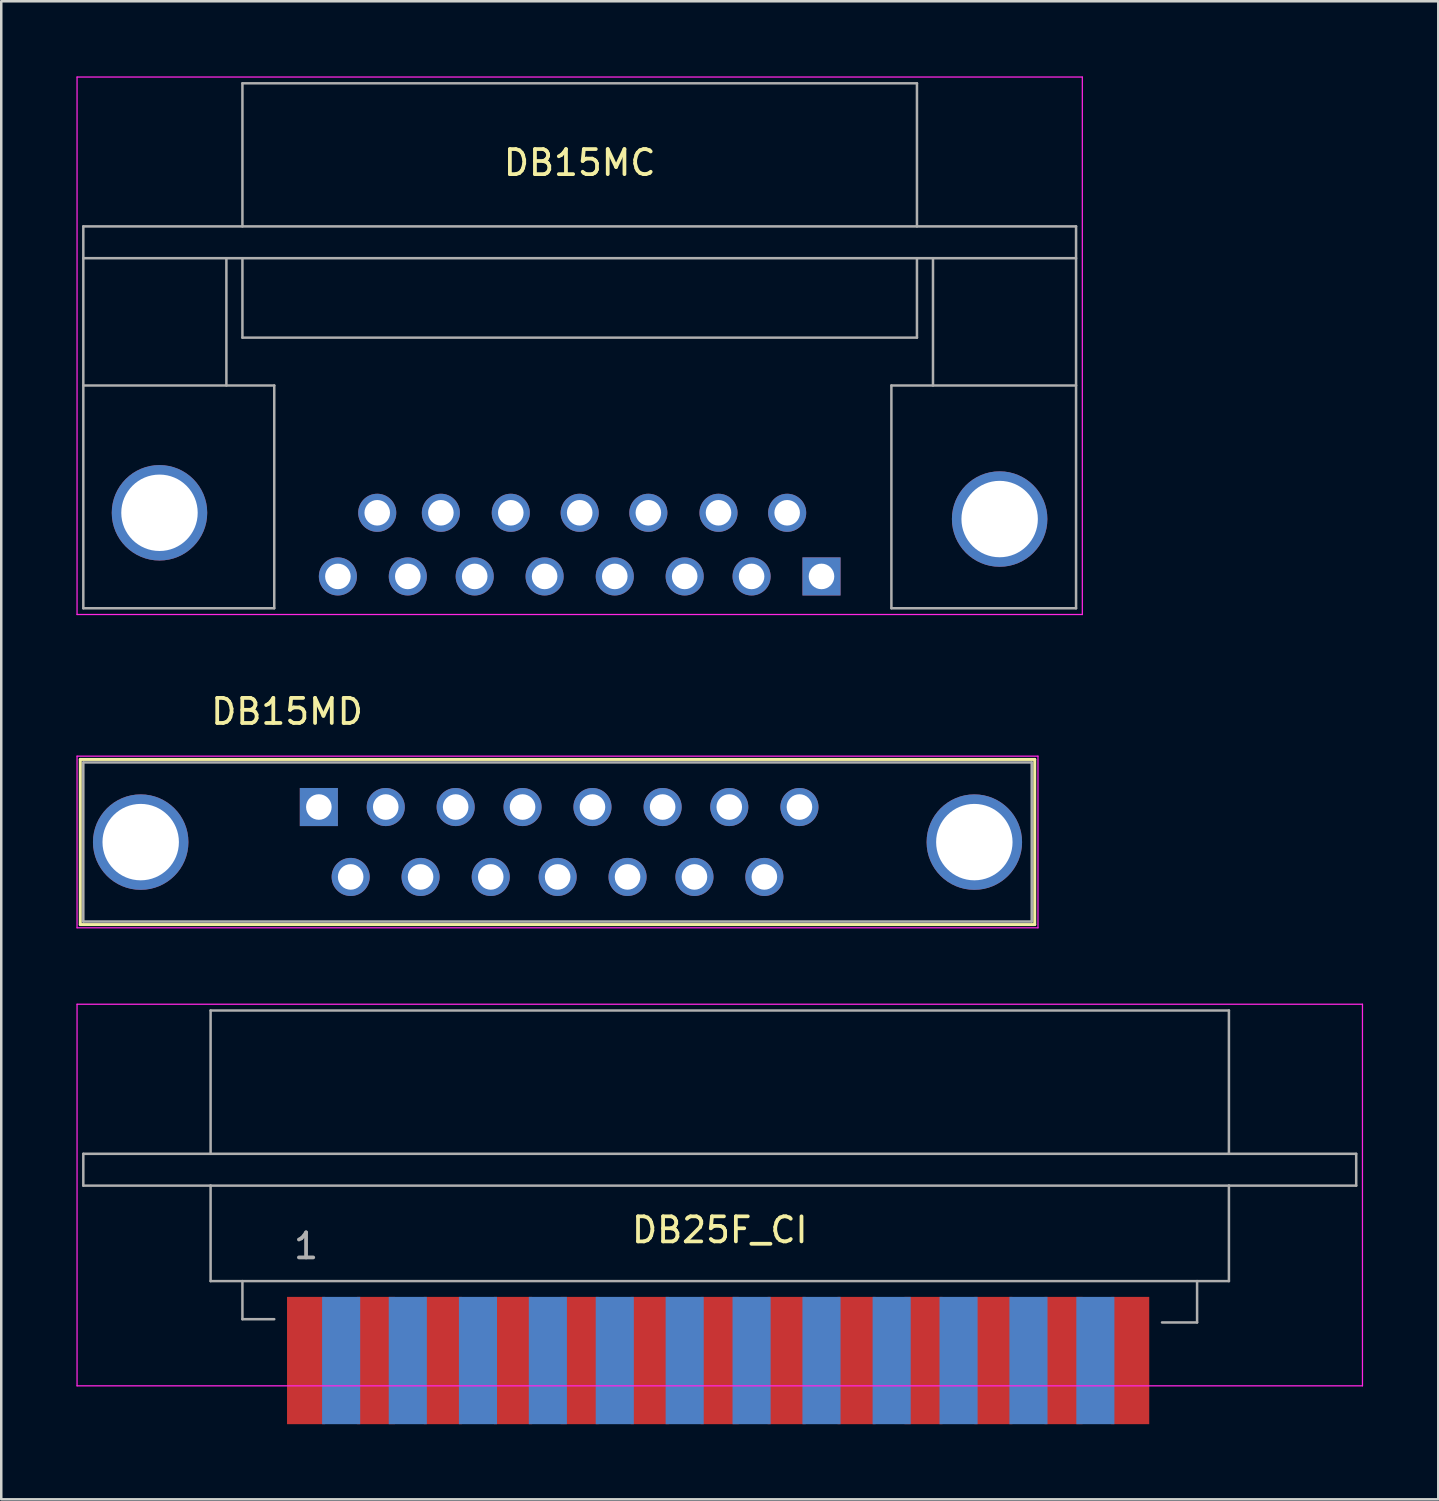
<source format=kicad_pcb>
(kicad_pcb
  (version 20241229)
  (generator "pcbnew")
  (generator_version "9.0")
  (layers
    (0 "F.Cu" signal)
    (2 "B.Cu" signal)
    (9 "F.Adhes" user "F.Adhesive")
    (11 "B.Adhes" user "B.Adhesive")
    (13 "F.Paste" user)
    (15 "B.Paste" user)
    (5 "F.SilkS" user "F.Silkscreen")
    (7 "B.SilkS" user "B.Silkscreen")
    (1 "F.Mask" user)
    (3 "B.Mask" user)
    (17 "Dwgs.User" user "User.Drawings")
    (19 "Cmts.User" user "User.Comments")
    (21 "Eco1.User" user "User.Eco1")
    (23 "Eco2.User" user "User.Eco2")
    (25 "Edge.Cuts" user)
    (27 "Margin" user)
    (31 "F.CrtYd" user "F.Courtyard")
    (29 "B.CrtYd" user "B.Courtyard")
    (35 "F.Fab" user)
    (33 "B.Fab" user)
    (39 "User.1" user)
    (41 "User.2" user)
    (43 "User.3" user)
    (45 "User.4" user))
  (footprint "DB15MC"
    (layer "F.Cu")
    (at 29.735 19.955)
    (property "Reference" "DB15MC" (at -9.65 -16.51 0) (layer "F.SilkS") (effects (font (size 1 1) (thickness 0.15))))
    (attr through_hole)
    (fp_line (start -29.71 -19.93) (end -29.71 1.52) (stroke (width 0.05) (type solid)) (layer "F.CrtYd"))
    (fp_line (start -29.71 -19.93) (end 10.41 -19.93) (stroke (width 0.05) (type solid)) (layer "F.CrtYd"))
    (fp_line (start 10.41 1.52) (end -29.71 1.52) (stroke (width 0.05) (type solid)) (layer "F.CrtYd"))
    (fp_line (start 10.41 1.52) (end 10.41 -19.93) (stroke (width 0.05) (type solid)) (layer "F.CrtYd"))
    (fp_line (start -29.46 -13.97) (end -29.46 -12.7) (stroke (width 0.1) (type solid)) (layer "F.Fab"))
    (fp_line (start -29.46 -7.62) (end -21.84 -7.62) (stroke (width 0.1) (type solid)) (layer "F.Fab"))
    (fp_line (start -29.46 1.27) (end -29.46 -12.7) (stroke (width 0.1) (type solid)) (layer "F.Fab"))
    (fp_line (start -29.46 1.27) (end -21.84 1.27) (stroke (width 0.1) (type solid)) (layer "F.Fab"))
    (fp_line (start -23.75 -12.7) (end -23.75 -7.62) (stroke (width 0.1) (type solid)) (layer "F.Fab"))
    (fp_line (start -23.11 -19.68) (end -23.11 -13.97) (stroke (width 0.1) (type solid)) (layer "F.Fab"))
    (fp_line (start -23.11 -19.68) (end 3.81 -19.68) (stroke (width 0.1) (type solid)) (layer "F.Fab"))
    (fp_line (start -23.11 -9.53) (end -23.11 -12.7) (stroke (width 0.1) (type solid)) (layer "F.Fab"))
    (fp_line (start -21.84 -7.62) (end -21.84 1.27) (stroke (width 0.1) (type solid)) (layer "F.Fab"))
    (fp_line (start 2.79 -7.62) (end 10.16 -7.62) (stroke (width 0.1) (type solid)) (layer "F.Fab"))
    (fp_line (start 2.79 1.27) (end 2.79 -7.62) (stroke (width 0.1) (type solid)) (layer "F.Fab"))
    (fp_line (start 3.81 -13.97) (end 3.81 -19.68) (stroke (width 0.1) (type solid)) (layer "F.Fab"))
    (fp_line (start 3.81 -9.53) (end -23.11 -9.53) (stroke (width 0.1) (type solid)) (layer "F.Fab"))
    (fp_line (start 3.81 -9.53) (end 3.81 -12.7) (stroke (width 0.1) (type solid)) (layer "F.Fab"))
    (fp_line (start 4.45 -7.62) (end 4.45 -12.7) (stroke (width 0.1) (type solid)) (layer "F.Fab"))
    (fp_line (start 10.16 -13.97) (end -29.46 -13.97) (stroke (width 0.1) (type solid)) (layer "F.Fab"))
    (fp_line (start 10.16 -12.7) (end -29.46 -12.7) (stroke (width 0.1) (type solid)) (layer "F.Fab"))
    (fp_line (start 10.16 1.27) (end 2.79 1.27) (stroke (width 0.1) (type solid)) (layer "F.Fab"))
    (fp_line (start 10.16 1.27) (end 10.16 -13.97) (stroke (width 0.1) (type solid)) (layer "F.Fab"))
    (pad "" thru_hole circle (at -26.42 -2.54) (size 3.81 3.81) (drill 3.05) (layers "*.Cu" "*.Mask"))
    (pad "" thru_hole circle (at 7.11 -2.29) (size 3.81 3.81) (drill 3.05) (layers "*.Cu" "*.Mask"))
    (pad "1" thru_hole rect (at 0 0) (size 1.52 1.52) (drill 1.02) (layers "*.Cu" "*.Mask"))
    (pad "2" thru_hole circle (at -2.79 0) (size 1.52 1.52) (drill 1.02) (layers "*.Cu" "*.Mask"))
    (pad "3" thru_hole circle (at -5.46 0) (size 1.52 1.52) (drill 1.02) (layers "*.Cu" "*.Mask"))
    (pad "4" thru_hole circle (at -8.25 0) (size 1.52 1.52) (drill 1.02) (layers "*.Cu" "*.Mask"))
    (pad "5" thru_hole circle (at -11.05 0) (size 1.52 1.52) (drill 1.02) (layers "*.Cu" "*.Mask"))
    (pad "6" thru_hole circle (at -13.84 0) (size 1.52 1.52) (drill 1.02) (layers "*.Cu" "*.Mask"))
    (pad "7" thru_hole circle (at -16.51 0) (size 1.52 1.52) (drill 1.02) (layers "*.Cu" "*.Mask"))
    (pad "8" thru_hole circle (at -19.3 0) (size 1.52 1.52) (drill 1.02) (layers "*.Cu" "*.Mask"))
    (pad "9" thru_hole circle (at -1.37 -2.54) (size 1.52 1.52) (drill 1.02) (layers "*.Cu" "*.Mask"))
    (pad "10" thru_hole circle (at -4.11 -2.54) (size 1.52 1.52) (drill 1.02) (layers "*.Cu" "*.Mask"))
    (pad "11" thru_hole circle (at -6.91 -2.54) (size 1.52 1.52) (drill 1.02) (layers "*.Cu" "*.Mask"))
    (pad "12" thru_hole circle (at -9.65 -2.54) (size 1.52 1.52) (drill 1.02) (layers "*.Cu" "*.Mask"))
    (pad "13" thru_hole circle (at -12.4 -2.54) (size 1.52 1.52) (drill 1.02) (layers "*.Cu" "*.Mask"))
    (pad "14" thru_hole circle (at -15.19 -2.54) (size 1.52 1.52) (drill 1.02) (layers "*.Cu" "*.Mask"))
    (pad "15" thru_hole circle (at -17.73 -2.54) (size 1.52 1.52) (drill 1.02) (layers "*.Cu" "*.Mask")))
  (footprint "DB25F_CI"
    (layer "F.Cu")
    (at 9.165 51.248)
    (property "Reference" "DB25F_CI" (at 16.51 -5.21 180) (layer "F.SilkS") (effects (font (size 1 1) (thickness 0.15))))
    (attr through_hole)
    (fp_line (start -9.14 -14.22) (end -9.14 1.01) (stroke (width 0.05) (type solid)) (layer "F.CrtYd"))
    (fp_line (start -9.14 -14.22) (end 42.16 -14.22) (stroke (width 0.05) (type solid)) (layer "F.CrtYd"))
    (fp_line (start 42.16 1.01) (end -9.14 1.01) (stroke (width 0.05) (type solid)) (layer "F.CrtYd"))
    (fp_line (start 42.16 1.01) (end 42.16 -14.22) (stroke (width 0.05) (type solid)) (layer "F.CrtYd"))
    (fp_line (start -8.89 -8.25) (end 41.91 -8.25) (stroke (width 0.1) (type solid)) (layer "F.Fab"))
    (fp_line (start -8.89 -6.98) (end -8.89 -8.25) (stroke (width 0.1) (type solid)) (layer "F.Fab"))
    (fp_line (start -3.81 -13.97) (end 36.83 -13.97) (stroke (width 0.1) (type solid)) (layer "F.Fab"))
    (fp_line (start -3.81 -8.25) (end -3.81 -13.97) (stroke (width 0.1) (type solid)) (layer "F.Fab"))
    (fp_line (start -3.81 -6.98) (end -8.89 -6.98) (stroke (width 0.1) (type solid)) (layer "F.Fab"))
    (fp_line (start -3.81 -6.98) (end 36.83 -6.98) (stroke (width 0.1) (type solid)) (layer "F.Fab"))
    (fp_line (start -3.81 -3.17) (end -3.81 -6.98) (stroke (width 0.1) (type solid)) (layer "F.Fab"))
    (fp_line (start -2.54 -3.17) (end -2.54 -1.65) (stroke (width 0.1) (type solid)) (layer "F.Fab"))
    (fp_line (start -2.54 -1.65) (end -1.27 -1.65) (stroke (width 0.1) (type solid)) (layer "F.Fab"))
    (fp_line (start 35.56 -3.17) (end 35.56 -1.52) (stroke (width 0.1) (type solid)) (layer "F.Fab"))
    (fp_line (start 35.56 -1.52) (end 34.16 -1.52) (stroke (width 0.1) (type solid)) (layer "F.Fab"))
    (fp_line (start 36.83 -13.97) (end 36.83 -8.25) (stroke (width 0.1) (type solid)) (layer "F.Fab"))
    (fp_line (start 36.83 -6.98) (end 36.83 -3.17) (stroke (width 0.1) (type solid)) (layer "F.Fab"))
    (fp_line (start 36.83 -3.17) (end -3.81 -3.17) (stroke (width 0.1) (type solid)) (layer "F.Fab"))
    (fp_line (start 41.91 -8.25) (end 41.91 -6.98) (stroke (width 0.1) (type solid)) (layer "F.Fab"))
    (fp_line (start 41.91 -6.98) (end 36.83 -6.98) (stroke (width 0.1) (type solid)) (layer "F.Fab"))
    (fp_text user "1" (at 0 -4.57 180) (layer "F.Fab") (effects (font (size 1 1) (thickness 0.15))))
    (pad "1" connect rect (at 0 0 90) (size 5.08 1.52) (layers "F.Cu" "F.Mask"))
    (pad "2" connect rect (at 2.79 0 90) (size 5.08 1.52) (layers "F.Cu" "F.Mask"))
    (pad "3" connect rect (at 5.46 0 90) (size 5.08 1.52) (layers "F.Cu" "F.Mask"))
    (pad "4" connect rect (at 8.26 0 90) (size 5.08 1.52) (layers "F.Cu" "F.Mask"))
    (pad "5" connect rect (at 10.92 0 90) (size 5.08 1.52) (layers "F.Cu" "F.Mask"))
    (pad "6" connect rect (at 13.72 0 90) (size 5.08 1.52) (layers "F.Cu" "F.Mask"))
    (pad "7" connect rect (at 16.51 0 90) (size 5.08 1.52) (layers "F.Cu" "F.Mask"))
    (pad "8" connect rect (at 19.18 0 90) (size 5.08 1.52) (layers "F.Cu" "F.Mask"))
    (pad "9" connect rect (at 21.97 0 90) (size 5.08 1.52) (layers "F.Cu" "F.Mask"))
    (pad "10" connect rect (at 24.64 0 90) (size 5.08 1.52) (layers "F.Cu" "F.Mask"))
    (pad "11" connect rect (at 27.43 0 90) (size 5.08 1.52) (layers "F.Cu" "F.Mask"))
    (pad "12" connect rect (at 30.23 0 90) (size 5.08 1.52) (layers "F.Cu" "F.Mask"))
    (pad "13" connect rect (at 32.89 0 90) (size 5.08 1.52) (layers "F.Cu" "F.Mask"))
    (pad "14" connect rect (at 1.4 0 90) (size 5.08 1.52) (layers "B.Cu" "B.Mask"))
    (pad "15" connect rect (at 4.06 0 90) (size 5.08 1.52) (layers "B.Cu" "B.Mask"))
    (pad "16" connect rect (at 6.86 0 90) (size 5.08 1.52) (layers "B.Cu" "B.Mask"))
    (pad "17" connect rect (at 9.65 0 90) (size 5.08 1.52) (layers "B.Cu" "B.Mask"))
    (pad "18" connect rect (at 12.32 0 90) (size 5.08 1.52) (layers "B.Cu" "B.Mask"))
    (pad "19" connect rect (at 15.11 0 90) (size 5.08 1.52) (layers "B.Cu" "B.Mask"))
    (pad "20" connect rect (at 17.78 0 90) (size 5.08 1.52) (layers "B.Cu" "B.Mask"))
    (pad "21" connect rect (at 20.57 0 90) (size 5.08 1.52) (layers "B.Cu" "B.Mask"))
    (pad "22" connect rect (at 23.37 0 90) (size 5.08 1.52) (layers "B.Cu" "B.Mask"))
    (pad "23" connect rect (at 26.04 0 90) (size 5.08 1.52) (layers "B.Cu" "B.Mask"))
    (pad "24" connect rect (at 28.83 0 90) (size 5.08 1.52) (layers "B.Cu" "B.Mask"))
    (pad "25" connect rect (at 31.5 0 90) (size 5.08 1.52) (layers "B.Cu" "B.Mask")))
  (footprint "DB15MD"
    (layer "F.Cu")
    (at 9.675 29.158)
    (property "Reference" "DB15MD" (at -1.27 -3.81 180) (layer "F.SilkS") (effects (font (size 1 1) (thickness 0.15))))
    (attr through_hole)
    (fp_line (start -9.52 -1.9) (end -9.52 4.69) (stroke (width 0.12) (type solid)) (layer "F.SilkS"))
    (fp_line (start -9.52 -1.9) (end 28.57 -1.9) (stroke (width 0.12) (type solid)) (layer "F.SilkS"))
    (fp_line (start 28.57 4.69) (end -9.52 4.69) (stroke (width 0.12) (type solid)) (layer "F.SilkS"))
    (fp_line (start 28.57 4.69) (end 28.57 -1.9) (stroke (width 0.12) (type solid)) (layer "F.SilkS"))
    (fp_line (start -9.65 -2.03) (end -9.65 4.82) (stroke (width 0.05) (type solid)) (layer "F.CrtYd"))
    (fp_line (start -9.65 -2.03) (end 28.7 -2.03) (stroke (width 0.05) (type solid)) (layer "F.CrtYd"))
    (fp_line (start 28.7 4.82) (end -9.65 4.82) (stroke (width 0.05) (type solid)) (layer "F.CrtYd"))
    (fp_line (start 28.7 4.82) (end 28.7 -2.03) (stroke (width 0.05) (type solid)) (layer "F.CrtYd"))
    (fp_line (start -9.4 -1.78) (end -9.4 4.57) (stroke (width 0.1) (type solid)) (layer "F.Fab"))
    (fp_line (start -9.4 4.57) (end 28.45 4.57) (stroke (width 0.1) (type solid)) (layer "F.Fab"))
    (fp_line (start 28.45 -1.78) (end -9.4 -1.78) (stroke (width 0.1) (type solid)) (layer "F.Fab"))
    (fp_line (start 28.45 4.57) (end 28.45 -1.78) (stroke (width 0.1) (type solid)) (layer "F.Fab"))
    (pad "0" thru_hole circle (at -7.11 1.4) (size 3.81 3.81) (drill 3.05) (layers "*.Cu" "*.Mask"))
    (pad "0" thru_hole circle (at 26.16 1.4) (size 3.81 3.81) (drill 3.05) (layers "*.Cu" "*.Mask"))
    (pad "1" thru_hole rect (at 0 0) (size 1.52 1.52) (drill 1.02) (layers "*.Cu" "*.Mask"))
    (pad "2" thru_hole circle (at 2.67 0) (size 1.52 1.52) (drill 1.02) (layers "*.Cu" "*.Mask"))
    (pad "3" thru_hole circle (at 5.46 0) (size 1.52 1.52) (drill 1.02) (layers "*.Cu" "*.Mask"))
    (pad "4" thru_hole circle (at 8.13 0) (size 1.52 1.52) (drill 1.02) (layers "*.Cu" "*.Mask"))
    (pad "5" thru_hole circle (at 10.92 0) (size 1.52 1.52) (drill 1.02) (layers "*.Cu" "*.Mask"))
    (pad "6" thru_hole circle (at 13.72 0) (size 1.52 1.52) (drill 1.02) (layers "*.Cu" "*.Mask"))
    (pad "7" thru_hole circle (at 16.38 0) (size 1.52 1.52) (drill 1.02) (layers "*.Cu" "*.Mask"))
    (pad "8" thru_hole circle (at 19.18 0) (size 1.52 1.52) (drill 1.02) (layers "*.Cu" "*.Mask"))
    (pad "9" thru_hole circle (at 1.27 2.79) (size 1.52 1.52) (drill 1.02) (layers "*.Cu" "*.Mask"))
    (pad "10" thru_hole circle (at 4.06 2.79) (size 1.52 1.52) (drill 1.02) (layers "*.Cu" "*.Mask"))
    (pad "11" thru_hole circle (at 6.86 2.79) (size 1.52 1.52) (drill 1.02) (layers "*.Cu" "*.Mask"))
    (pad "12" thru_hole circle (at 9.53 2.79) (size 1.52 1.52) (drill 1.02) (layers "*.Cu" "*.Mask"))
    (pad "13" thru_hole circle (at 12.32 2.79) (size 1.52 1.52) (drill 1.02) (layers "*.Cu" "*.Mask"))
    (pad "14" thru_hole circle (at 14.99 2.79) (size 1.52 1.52) (drill 1.02) (layers "*.Cu" "*.Mask"))
    (pad "15" thru_hole circle (at 17.78 2.79) (size 1.52 1.52) (drill 1.02) (layers "*.Cu" "*.Mask")))
  (gr_rect
    (start -3 -3)
    (end 54.35 56.788)
    (stroke (width 0.1) (type default))
    (fill no)
    (layer "Edge.Cuts")))
</source>
